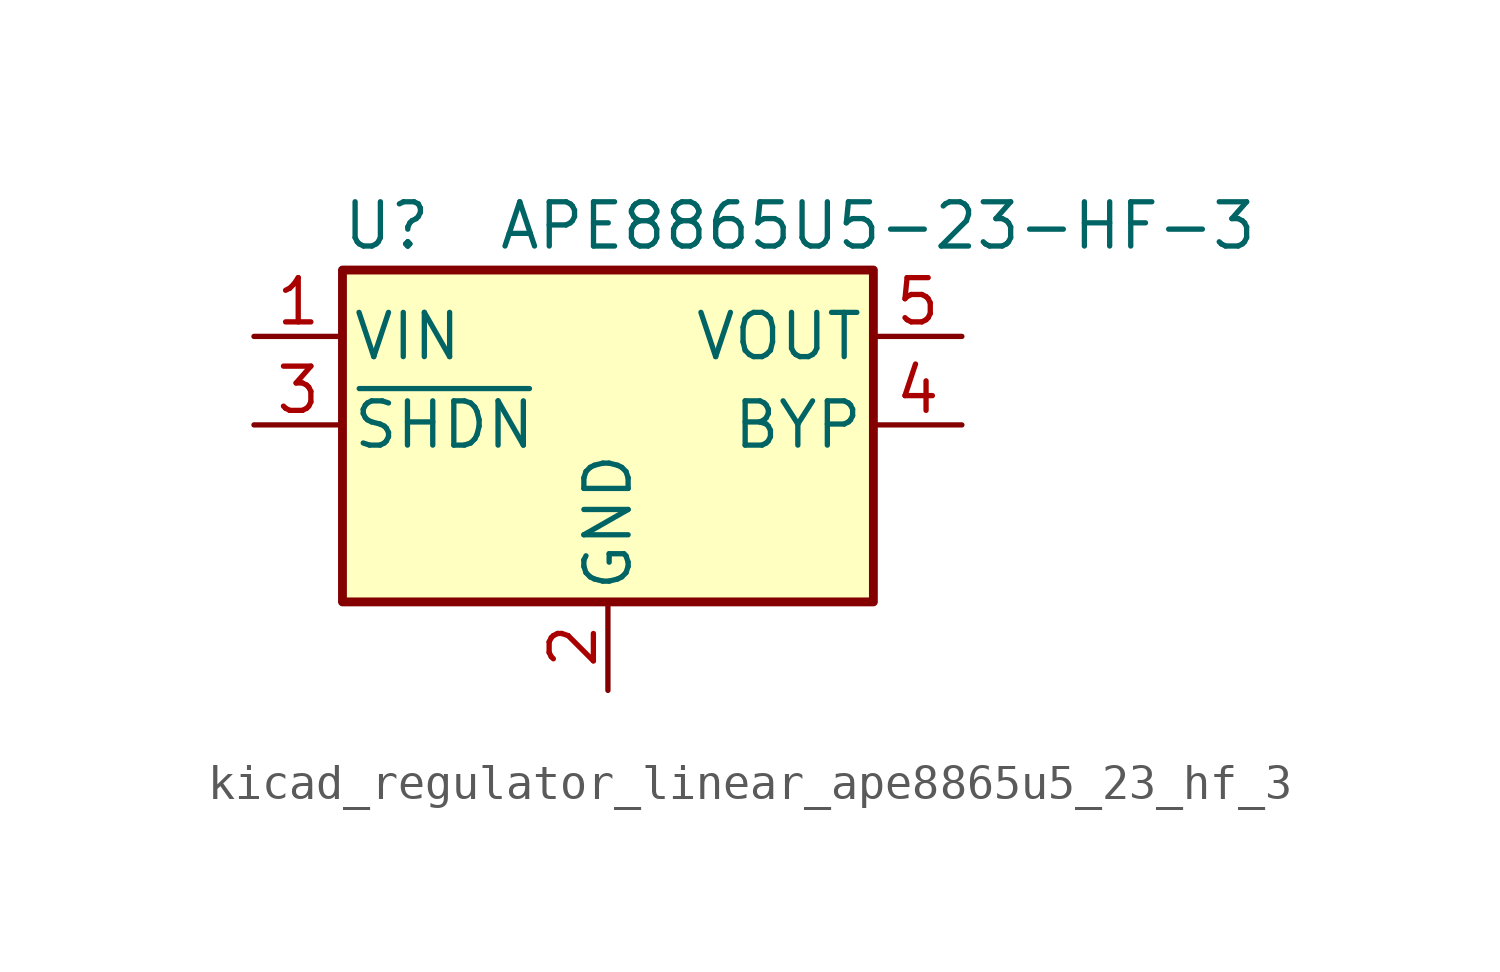
<source format=kicad_sym>
(kicad_symbol_lib
  (version 20220914)
  (generator kicad_symbol_editor)
  (symbol "kicad_regulator_linear_ape8865u5_23_hf_3"
    (pin_names
      (offset 0.254))
    (property "Reference" "U"
      (at -6.35 5.715 0)
      (effects (font (size 1.27 1.27))))
    (property "Value" "APE8865U5-23-HF-3"
      (at -3.175 5.715 0)
      (effects (font (size 1.27 1.27)) (justify left)))
    (symbol "kicad_regulator_linear_ape8865u5_23_hf_3_0_1"
      (rectangle (start -7.62 4.445) (end 7.62 -5.08) (stroke (width 0.254) (type default)) (fill (type background))))
    (symbol "kicad_regulator_linear_ape8865u5_23_hf_3_1_1"
      (pin power_in line (at -10.16 2.54 0) (length 2.54) (name "VIN" (effects (font (size 1.27 1.27)))) (number "1" (effects (font (size 1.27 1.27)))))
      (pin power_in line (at 0 -7.62 90) (length 2.54) (name "GND" (effects (font (size 1.27 1.27)))) (number "2" (effects (font (size 1.27 1.27)))))
      (pin input line (at -10.16 0 0) (length 2.54) (name "~{SHDN}" (effects (font (size 1.27 1.27)))) (number "3" (effects (font (size 1.27 1.27)))))
      (pin input line (at 10.16 0 180) (length 2.54) (name "BYP" (effects (font (size 1.27 1.27)))) (number "4" (effects (font (size 1.27 1.27)))))
      (pin power_out line (at 10.16 2.54 180) (length 2.54) (name "VOUT" (effects (font (size 1.27 1.27)))) (number "5" (effects (font (size 1.27 1.27))))))))
</source>
